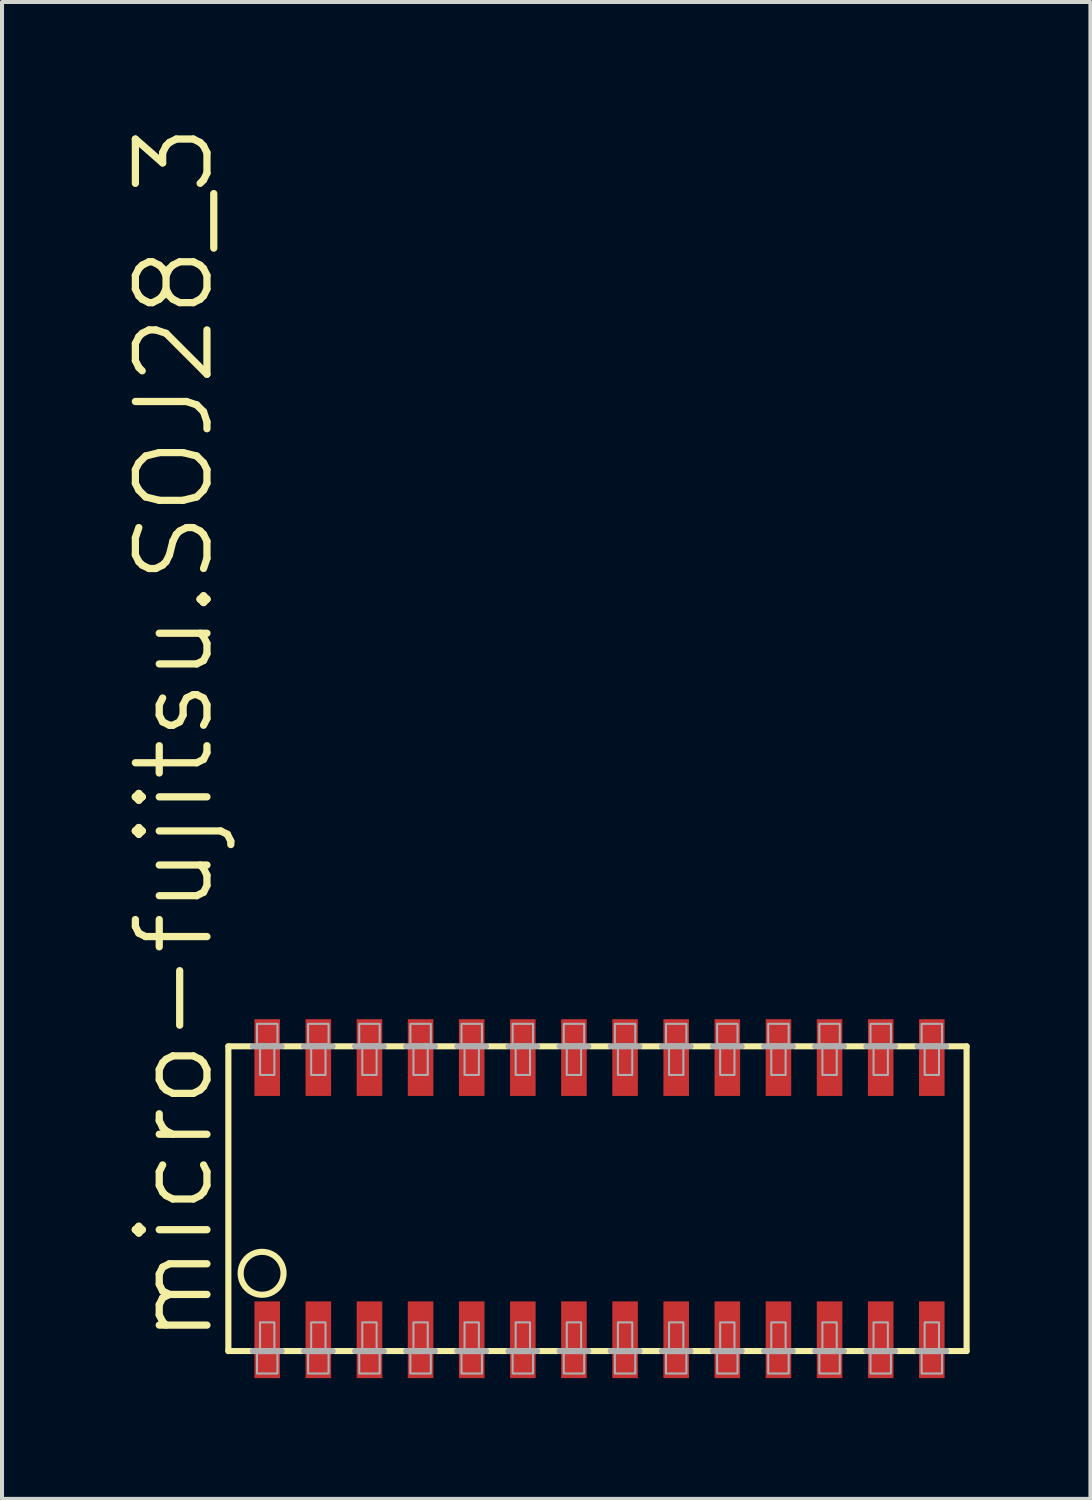
<source format=kicad_pcb>
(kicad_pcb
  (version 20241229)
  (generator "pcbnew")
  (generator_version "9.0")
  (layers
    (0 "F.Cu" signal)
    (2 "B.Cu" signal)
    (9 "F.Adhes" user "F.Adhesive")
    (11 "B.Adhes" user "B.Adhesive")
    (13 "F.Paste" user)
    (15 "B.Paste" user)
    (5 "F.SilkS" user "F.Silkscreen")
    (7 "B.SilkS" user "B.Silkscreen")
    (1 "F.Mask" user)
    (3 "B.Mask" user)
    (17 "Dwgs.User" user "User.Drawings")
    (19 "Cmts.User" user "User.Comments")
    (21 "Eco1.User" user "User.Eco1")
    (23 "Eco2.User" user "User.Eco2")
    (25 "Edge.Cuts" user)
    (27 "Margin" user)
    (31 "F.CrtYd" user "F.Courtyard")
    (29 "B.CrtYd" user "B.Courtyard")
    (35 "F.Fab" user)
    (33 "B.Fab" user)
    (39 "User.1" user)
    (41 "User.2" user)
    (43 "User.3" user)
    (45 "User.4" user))
  (footprint "micro-fujitsu.SOJ28_3"
    (layer "F.Cu")
    (at 11.843 26.727)
    (property "Reference" "micro-fujitsu.SOJ28_3" (at -9.525 3.683 90) (layer "F.SilkS") (effects (font (size 1.778 1.778) (thickness 0.18)) (justify left bottom)))
    (attr smd)
    (fp_line (start -9.22 -3.785) (end -9.22 3.785) (stroke (width 0.152) (type default)) (layer "F.SilkS"))
    (fp_line (start -9.22 -3.785) (end -8.661 -3.785) (stroke (width 0.152) (type default)) (layer "F.SilkS"))
    (fp_line (start -9.22 3.785) (end -8.661 3.785) (stroke (width 0.152) (type default)) (layer "F.SilkS"))
    (fp_line (start -7.849 -3.785) (end -7.391 -3.785) (stroke (width 0.152) (type default)) (layer "F.SilkS"))
    (fp_line (start -7.391 3.785) (end -7.849 3.785) (stroke (width 0.152) (type default)) (layer "F.SilkS"))
    (fp_line (start -6.579 -3.785) (end -6.121 -3.785) (stroke (width 0.152) (type default)) (layer "F.SilkS"))
    (fp_line (start -6.121 3.785) (end -6.579 3.785) (stroke (width 0.152) (type default)) (layer "F.SilkS"))
    (fp_line (start -5.309 -3.785) (end -4.851 -3.785) (stroke (width 0.152) (type default)) (layer "F.SilkS"))
    (fp_line (start -4.851 3.785) (end -5.309 3.785) (stroke (width 0.152) (type default)) (layer "F.SilkS"))
    (fp_line (start -4.039 -3.785) (end -3.581 -3.785) (stroke (width 0.152) (type default)) (layer "F.SilkS"))
    (fp_line (start -3.581 3.785) (end -4.039 3.785) (stroke (width 0.152) (type default)) (layer "F.SilkS"))
    (fp_line (start -2.769 -3.785) (end -2.311 -3.785) (stroke (width 0.152) (type default)) (layer "F.SilkS"))
    (fp_line (start -2.311 3.785) (end -2.769 3.785) (stroke (width 0.152) (type default)) (layer "F.SilkS"))
    (fp_line (start -1.499 -3.785) (end -1.041 -3.785) (stroke (width 0.152) (type default)) (layer "F.SilkS"))
    (fp_line (start -1.041 3.785) (end -1.499 3.785) (stroke (width 0.152) (type default)) (layer "F.SilkS"))
    (fp_line (start -0.229 -3.785) (end 0.229 -3.785) (stroke (width 0.152) (type default)) (layer "F.SilkS"))
    (fp_line (start 0.229 3.785) (end -0.229 3.785) (stroke (width 0.152) (type default)) (layer "F.SilkS"))
    (fp_line (start 1.041 -3.785) (end 1.499 -3.785) (stroke (width 0.152) (type default)) (layer "F.SilkS"))
    (fp_line (start 1.499 3.785) (end 1.041 3.785) (stroke (width 0.152) (type default)) (layer "F.SilkS"))
    (fp_line (start 2.311 -3.785) (end 2.769 -3.785) (stroke (width 0.152) (type default)) (layer "F.SilkS"))
    (fp_line (start 2.769 3.785) (end 2.311 3.785) (stroke (width 0.152) (type default)) (layer "F.SilkS"))
    (fp_line (start 3.581 -3.785) (end 4.039 -3.785) (stroke (width 0.152) (type default)) (layer "F.SilkS"))
    (fp_line (start 4.039 3.785) (end 3.581 3.785) (stroke (width 0.152) (type default)) (layer "F.SilkS"))
    (fp_line (start 4.851 -3.785) (end 5.309 -3.785) (stroke (width 0.152) (type default)) (layer "F.SilkS"))
    (fp_line (start 5.309 3.785) (end 4.851 3.785) (stroke (width 0.152) (type default)) (layer "F.SilkS"))
    (fp_line (start 6.121 -3.785) (end 6.579 -3.785) (stroke (width 0.152) (type default)) (layer "F.SilkS"))
    (fp_line (start 6.579 3.785) (end 6.121 3.785) (stroke (width 0.152) (type default)) (layer "F.SilkS"))
    (fp_line (start 7.391 -3.785) (end 7.849 -3.785) (stroke (width 0.152) (type default)) (layer "F.SilkS"))
    (fp_line (start 7.849 3.785) (end 7.391 3.785) (stroke (width 0.152) (type default)) (layer "F.SilkS"))
    (fp_line (start 9.119 -3.785) (end 8.661 -3.785) (stroke (width 0.152) (type default)) (layer "F.SilkS"))
    (fp_line (start 9.119 3.785) (end 8.661 3.785) (stroke (width 0.152) (type default)) (layer "F.SilkS"))
    (fp_line (start 9.119 3.785) (end 9.119 -3.785) (stroke (width 0.152) (type default)) (layer "F.SilkS"))
    (fp_circle (center -8.382 1.854) (end -7.849 1.854) (stroke (width 0.152) (type default)) (fill no) (layer "F.SilkS"))
    (fp_line (start -8.611 -3.785) (end -7.899 -3.785) (stroke (width 0.152) (type default)) (layer "F.Fab"))
    (fp_line (start -8.611 3.785) (end -7.899 3.785) (stroke (width 0.152) (type default)) (layer "F.Fab"))
    (fp_line (start -7.341 -3.785) (end -6.629 -3.785) (stroke (width 0.152) (type default)) (layer "F.Fab"))
    (fp_line (start -6.629 3.785) (end -7.341 3.785) (stroke (width 0.152) (type default)) (layer "F.Fab"))
    (fp_line (start -6.071 -3.785) (end -5.359 -3.785) (stroke (width 0.152) (type default)) (layer "F.Fab"))
    (fp_line (start -5.359 3.785) (end -6.071 3.785) (stroke (width 0.152) (type default)) (layer "F.Fab"))
    (fp_line (start -4.801 -3.785) (end -4.089 -3.785) (stroke (width 0.152) (type default)) (layer "F.Fab"))
    (fp_line (start -4.089 3.785) (end -4.801 3.785) (stroke (width 0.152) (type default)) (layer "F.Fab"))
    (fp_line (start -3.531 -3.785) (end -2.819 -3.785) (stroke (width 0.152) (type default)) (layer "F.Fab"))
    (fp_line (start -2.819 3.785) (end -3.531 3.785) (stroke (width 0.152) (type default)) (layer "F.Fab"))
    (fp_line (start -2.261 -3.785) (end -1.549 -3.785) (stroke (width 0.152) (type default)) (layer "F.Fab"))
    (fp_line (start -1.549 3.785) (end -2.261 3.785) (stroke (width 0.152) (type default)) (layer "F.Fab"))
    (fp_line (start -0.991 -3.785) (end -0.279 -3.785) (stroke (width 0.152) (type default)) (layer "F.Fab"))
    (fp_line (start -0.279 3.785) (end -0.991 3.785) (stroke (width 0.152) (type default)) (layer "F.Fab"))
    (fp_line (start 0.279 -3.785) (end 0.991 -3.785) (stroke (width 0.152) (type default)) (layer "F.Fab"))
    (fp_line (start 0.991 3.785) (end 0.279 3.785) (stroke (width 0.152) (type default)) (layer "F.Fab"))
    (fp_line (start 1.549 -3.785) (end 2.261 -3.785) (stroke (width 0.152) (type default)) (layer "F.Fab"))
    (fp_line (start 2.261 3.785) (end 1.549 3.785) (stroke (width 0.152) (type default)) (layer "F.Fab"))
    (fp_line (start 2.819 -3.785) (end 3.531 -3.785) (stroke (width 0.152) (type default)) (layer "F.Fab"))
    (fp_line (start 3.531 3.785) (end 2.819 3.785) (stroke (width 0.152) (type default)) (layer "F.Fab"))
    (fp_line (start 4.089 -3.785) (end 4.801 -3.785) (stroke (width 0.152) (type default)) (layer "F.Fab"))
    (fp_line (start 4.801 3.785) (end 4.089 3.785) (stroke (width 0.152) (type default)) (layer "F.Fab"))
    (fp_line (start 5.359 -3.785) (end 6.071 -3.785) (stroke (width 0.152) (type default)) (layer "F.Fab"))
    (fp_line (start 6.071 3.785) (end 5.359 3.785) (stroke (width 0.152) (type default)) (layer "F.Fab"))
    (fp_line (start 6.629 -3.785) (end 7.341 -3.785) (stroke (width 0.152) (type default)) (layer "F.Fab"))
    (fp_line (start 7.341 3.785) (end 6.629 3.785) (stroke (width 0.152) (type default)) (layer "F.Fab"))
    (fp_line (start 8.611 -3.785) (end 7.899 -3.785) (stroke (width 0.152) (type default)) (layer "F.Fab"))
    (fp_line (start 8.611 3.785) (end 7.899 3.785) (stroke (width 0.152) (type default)) (layer "F.Fab"))
    (fp_rect (start -8.509 -3.835) (end -8.001 -4.343) (stroke (width 0.05) (type default)) (fill no) (layer "F.Fab"))
    (fp_rect (start -8.509 4.343) (end -8.001 3.835) (stroke (width 0.05) (type default)) (fill no) (layer "F.Fab"))
    (fp_rect (start -8.433 -3.073) (end -8.077 -3.835) (stroke (width 0.05) (type default)) (fill no) (layer "F.Fab"))
    (fp_rect (start -8.433 3.835) (end -8.077 3.073) (stroke (width 0.05) (type default)) (fill no) (layer "F.Fab"))
    (fp_rect (start -7.239 -3.835) (end -6.731 -4.343) (stroke (width 0.05) (type default)) (fill no) (layer "F.Fab"))
    (fp_rect (start -7.239 4.343) (end -6.731 3.835) (stroke (width 0.05) (type default)) (fill no) (layer "F.Fab"))
    (fp_rect (start -7.163 -3.073) (end -6.807 -3.835) (stroke (width 0.05) (type default)) (fill no) (layer "F.Fab"))
    (fp_rect (start -7.163 3.835) (end -6.807 3.073) (stroke (width 0.05) (type default)) (fill no) (layer "F.Fab"))
    (fp_rect (start -5.969 -3.835) (end -5.461 -4.343) (stroke (width 0.05) (type default)) (fill no) (layer "F.Fab"))
    (fp_rect (start -5.969 4.343) (end -5.461 3.835) (stroke (width 0.05) (type default)) (fill no) (layer "F.Fab"))
    (fp_rect (start -5.893 -3.073) (end -5.537 -3.835) (stroke (width 0.05) (type default)) (fill no) (layer "F.Fab"))
    (fp_rect (start -5.893 3.835) (end -5.537 3.073) (stroke (width 0.05) (type default)) (fill no) (layer "F.Fab"))
    (fp_rect (start -4.699 -3.835) (end -4.191 -4.343) (stroke (width 0.05) (type default)) (fill no) (layer "F.Fab"))
    (fp_rect (start -4.699 4.343) (end -4.191 3.835) (stroke (width 0.05) (type default)) (fill no) (layer "F.Fab"))
    (fp_rect (start -4.623 -3.073) (end -4.267 -3.835) (stroke (width 0.05) (type default)) (fill no) (layer "F.Fab"))
    (fp_rect (start -4.623 3.835) (end -4.267 3.073) (stroke (width 0.05) (type default)) (fill no) (layer "F.Fab"))
    (fp_rect (start -3.429 -3.835) (end -2.921 -4.343) (stroke (width 0.05) (type default)) (fill no) (layer "F.Fab"))
    (fp_rect (start -3.429 4.343) (end -2.921 3.835) (stroke (width 0.05) (type default)) (fill no) (layer "F.Fab"))
    (fp_rect (start -3.353 -3.073) (end -2.997 -3.835) (stroke (width 0.05) (type default)) (fill no) (layer "F.Fab"))
    (fp_rect (start -3.353 3.835) (end -2.997 3.073) (stroke (width 0.05) (type default)) (fill no) (layer "F.Fab"))
    (fp_rect (start -2.159 -3.835) (end -1.651 -4.343) (stroke (width 0.05) (type default)) (fill no) (layer "F.Fab"))
    (fp_rect (start -2.159 4.343) (end -1.651 3.835) (stroke (width 0.05) (type default)) (fill no) (layer "F.Fab"))
    (fp_rect (start -2.083 -3.073) (end -1.727 -3.835) (stroke (width 0.05) (type default)) (fill no) (layer "F.Fab"))
    (fp_rect (start -2.083 3.835) (end -1.727 3.073) (stroke (width 0.05) (type default)) (fill no) (layer "F.Fab"))
    (fp_rect (start -0.889 -3.835) (end -0.381 -4.343) (stroke (width 0.05) (type default)) (fill no) (layer "F.Fab"))
    (fp_rect (start -0.889 4.343) (end -0.381 3.835) (stroke (width 0.05) (type default)) (fill no) (layer "F.Fab"))
    (fp_rect (start -0.813 -3.073) (end -0.457 -3.835) (stroke (width 0.05) (type default)) (fill no) (layer "F.Fab"))
    (fp_rect (start -0.813 3.835) (end -0.457 3.073) (stroke (width 0.05) (type default)) (fill no) (layer "F.Fab"))
    (fp_rect (start 0.381 -3.835) (end 0.889 -4.343) (stroke (width 0.05) (type default)) (fill no) (layer "F.Fab"))
    (fp_rect (start 0.381 4.343) (end 0.889 3.835) (stroke (width 0.05) (type default)) (fill no) (layer "F.Fab"))
    (fp_rect (start 0.457 -3.073) (end 0.813 -3.835) (stroke (width 0.05) (type default)) (fill no) (layer "F.Fab"))
    (fp_rect (start 0.457 3.835) (end 0.813 3.073) (stroke (width 0.05) (type default)) (fill no) (layer "F.Fab"))
    (fp_rect (start 1.651 -3.835) (end 2.159 -4.343) (stroke (width 0.05) (type default)) (fill no) (layer "F.Fab"))
    (fp_rect (start 1.651 4.343) (end 2.159 3.835) (stroke (width 0.05) (type default)) (fill no) (layer "F.Fab"))
    (fp_rect (start 1.727 -3.073) (end 2.083 -3.835) (stroke (width 0.05) (type default)) (fill no) (layer "F.Fab"))
    (fp_rect (start 1.727 3.835) (end 2.083 3.073) (stroke (width 0.05) (type default)) (fill no) (layer "F.Fab"))
    (fp_rect (start 2.921 -3.835) (end 3.429 -4.343) (stroke (width 0.05) (type default)) (fill no) (layer "F.Fab"))
    (fp_rect (start 2.921 4.343) (end 3.429 3.835) (stroke (width 0.05) (type default)) (fill no) (layer "F.Fab"))
    (fp_rect (start 2.997 -3.073) (end 3.353 -3.835) (stroke (width 0.05) (type default)) (fill no) (layer "F.Fab"))
    (fp_rect (start 2.997 3.835) (end 3.353 3.073) (stroke (width 0.05) (type default)) (fill no) (layer "F.Fab"))
    (fp_rect (start 4.191 -3.835) (end 4.699 -4.343) (stroke (width 0.05) (type default)) (fill no) (layer "F.Fab"))
    (fp_rect (start 4.191 4.343) (end 4.699 3.835) (stroke (width 0.05) (type default)) (fill no) (layer "F.Fab"))
    (fp_rect (start 4.267 -3.073) (end 4.623 -3.835) (stroke (width 0.05) (type default)) (fill no) (layer "F.Fab"))
    (fp_rect (start 4.267 3.835) (end 4.623 3.073) (stroke (width 0.05) (type default)) (fill no) (layer "F.Fab"))
    (fp_rect (start 5.461 -3.835) (end 5.969 -4.343) (stroke (width 0.05) (type default)) (fill no) (layer "F.Fab"))
    (fp_rect (start 5.461 4.343) (end 5.969 3.835) (stroke (width 0.05) (type default)) (fill no) (layer "F.Fab"))
    (fp_rect (start 5.537 -3.073) (end 5.893 -3.835) (stroke (width 0.05) (type default)) (fill no) (layer "F.Fab"))
    (fp_rect (start 5.537 3.835) (end 5.893 3.073) (stroke (width 0.05) (type default)) (fill no) (layer "F.Fab"))
    (fp_rect (start 6.731 -3.835) (end 7.239 -4.343) (stroke (width 0.05) (type default)) (fill no) (layer "F.Fab"))
    (fp_rect (start 6.731 4.343) (end 7.239 3.835) (stroke (width 0.05) (type default)) (fill no) (layer "F.Fab"))
    (fp_rect (start 6.807 -3.073) (end 7.163 -3.835) (stroke (width 0.05) (type default)) (fill no) (layer "F.Fab"))
    (fp_rect (start 6.807 3.835) (end 7.163 3.073) (stroke (width 0.05) (type default)) (fill no) (layer "F.Fab"))
    (fp_rect (start 8.001 -3.835) (end 8.509 -4.343) (stroke (width 0.05) (type default)) (fill no) (layer "F.Fab"))
    (fp_rect (start 8.001 4.343) (end 8.509 3.835) (stroke (width 0.05) (type default)) (fill no) (layer "F.Fab"))
    (fp_rect (start 8.077 -3.073) (end 8.433 -3.835) (stroke (width 0.05) (type default)) (fill no) (layer "F.Fab"))
    (fp_rect (start 8.077 3.835) (end 8.433 3.073) (stroke (width 0.05) (type default)) (fill no) (layer "F.Fab"))
    (pad "1" smd roundrect (at -8.255 3.505) (size 0.635 1.905) (layers "F.Cu" "F.Mask" "F.Paste") (roundrect_rratio 0.01))
    (pad "2" smd roundrect (at -6.985 3.505) (size 0.635 1.905) (layers "F.Cu" "F.Mask" "F.Paste") (roundrect_rratio 0.01))
    (pad "3" smd roundrect (at -5.715 3.505) (size 0.635 1.905) (layers "F.Cu" "F.Mask" "F.Paste") (roundrect_rratio 0.01))
    (pad "4" smd roundrect (at -4.445 3.505) (size 0.635 1.905) (layers "F.Cu" "F.Mask" "F.Paste") (roundrect_rratio 0.01))
    (pad "5" smd roundrect (at -3.175 3.505) (size 0.635 1.905) (layers "F.Cu" "F.Mask" "F.Paste") (roundrect_rratio 0.01))
    (pad "6" smd roundrect (at -1.905 3.505) (size 0.635 1.905) (layers "F.Cu" "F.Mask" "F.Paste") (roundrect_rratio 0.01))
    (pad "7" smd roundrect (at -0.635 3.505) (size 0.635 1.905) (layers "F.Cu" "F.Mask" "F.Paste") (roundrect_rratio 0.01))
    (pad "8" smd roundrect (at 0.635 3.505) (size 0.635 1.905) (layers "F.Cu" "F.Mask" "F.Paste") (roundrect_rratio 0.01))
    (pad "9" smd roundrect (at 1.905 3.505) (size 0.635 1.905) (layers "F.Cu" "F.Mask" "F.Paste") (roundrect_rratio 0.01))
    (pad "10" smd roundrect (at 3.175 3.505) (size 0.635 1.905) (layers "F.Cu" "F.Mask" "F.Paste") (roundrect_rratio 0.01))
    (pad "11" smd roundrect (at 4.445 3.505) (size 0.635 1.905) (layers "F.Cu" "F.Mask" "F.Paste") (roundrect_rratio 0.01))
    (pad "12" smd roundrect (at 5.715 3.505) (size 0.635 1.905) (layers "F.Cu" "F.Mask" "F.Paste") (roundrect_rratio 0.01))
    (pad "13" smd roundrect (at 6.985 3.505) (size 0.635 1.905) (layers "F.Cu" "F.Mask" "F.Paste") (roundrect_rratio 0.01))
    (pad "14" smd roundrect (at 8.255 3.505) (size 0.635 1.905) (layers "F.Cu" "F.Mask" "F.Paste") (roundrect_rratio 0.01))
    (pad "15" smd roundrect (at 8.255 -3.505) (size 0.635 1.905) (layers "F.Cu" "F.Mask" "F.Paste") (roundrect_rratio 0.01))
    (pad "16" smd roundrect (at 6.985 -3.505) (size 0.635 1.905) (layers "F.Cu" "F.Mask" "F.Paste") (roundrect_rratio 0.01))
    (pad "17" smd roundrect (at 5.715 -3.505) (size 0.635 1.905) (layers "F.Cu" "F.Mask" "F.Paste") (roundrect_rratio 0.01))
    (pad "18" smd roundrect (at 4.445 -3.505) (size 0.635 1.905) (layers "F.Cu" "F.Mask" "F.Paste") (roundrect_rratio 0.01))
    (pad "19" smd roundrect (at 3.175 -3.505) (size 0.635 1.905) (layers "F.Cu" "F.Mask" "F.Paste") (roundrect_rratio 0.01))
    (pad "20" smd roundrect (at 1.905 -3.505) (size 0.635 1.905) (layers "F.Cu" "F.Mask" "F.Paste") (roundrect_rratio 0.01))
    (pad "21" smd roundrect (at 0.635 -3.505) (size 0.635 1.905) (layers "F.Cu" "F.Mask" "F.Paste") (roundrect_rratio 0.01))
    (pad "22" smd roundrect (at -0.635 -3.505) (size 0.635 1.905) (layers "F.Cu" "F.Mask" "F.Paste") (roundrect_rratio 0.01))
    (pad "23" smd roundrect (at -1.905 -3.505) (size 0.635 1.905) (layers "F.Cu" "F.Mask" "F.Paste") (roundrect_rratio 0.01))
    (pad "24" smd roundrect (at -3.175 -3.505) (size 0.635 1.905) (layers "F.Cu" "F.Mask" "F.Paste") (roundrect_rratio 0.01))
    (pad "25" smd roundrect (at -4.445 -3.505) (size 0.635 1.905) (layers "F.Cu" "F.Mask" "F.Paste") (roundrect_rratio 0.01))
    (pad "26" smd roundrect (at -5.715 -3.505) (size 0.635 1.905) (layers "F.Cu" "F.Mask" "F.Paste") (roundrect_rratio 0.01))
    (pad "27" smd roundrect (at -6.985 -3.505) (size 0.635 1.905) (layers "F.Cu" "F.Mask" "F.Paste") (roundrect_rratio 0.01))
    (pad "28" smd roundrect (at -8.255 -3.505) (size 0.635 1.905) (layers "F.Cu" "F.Mask" "F.Paste") (roundrect_rratio 0.01)))
  (gr_rect
    (start -3 -3)
    (end 24.038 34.185)
    (stroke (width 0.1) (type default))
    (fill no)
    (layer "Edge.Cuts")))
</source>
